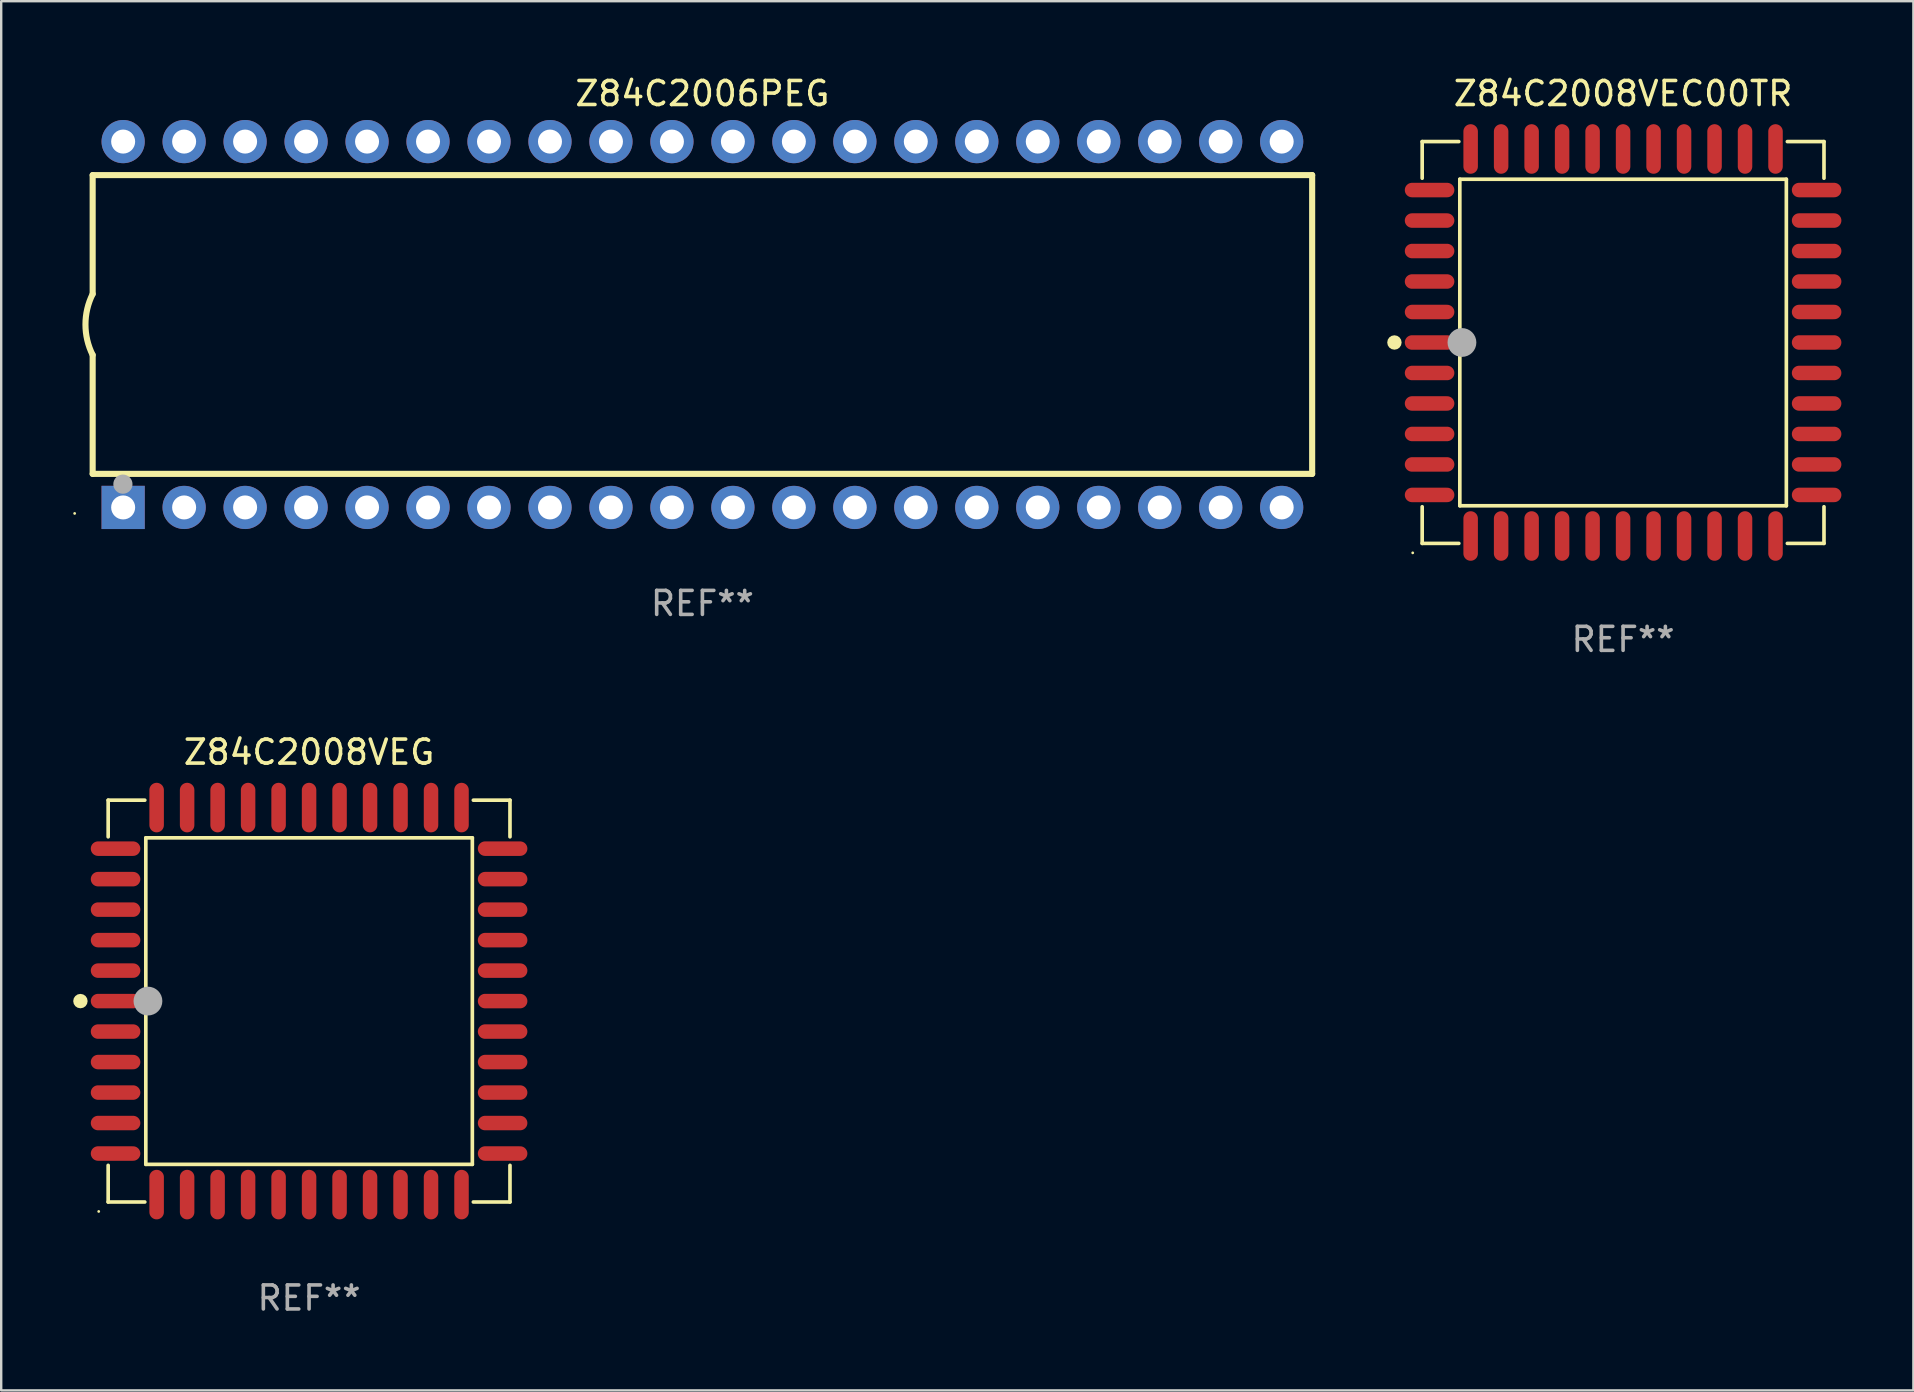
<source format=kicad_pcb>
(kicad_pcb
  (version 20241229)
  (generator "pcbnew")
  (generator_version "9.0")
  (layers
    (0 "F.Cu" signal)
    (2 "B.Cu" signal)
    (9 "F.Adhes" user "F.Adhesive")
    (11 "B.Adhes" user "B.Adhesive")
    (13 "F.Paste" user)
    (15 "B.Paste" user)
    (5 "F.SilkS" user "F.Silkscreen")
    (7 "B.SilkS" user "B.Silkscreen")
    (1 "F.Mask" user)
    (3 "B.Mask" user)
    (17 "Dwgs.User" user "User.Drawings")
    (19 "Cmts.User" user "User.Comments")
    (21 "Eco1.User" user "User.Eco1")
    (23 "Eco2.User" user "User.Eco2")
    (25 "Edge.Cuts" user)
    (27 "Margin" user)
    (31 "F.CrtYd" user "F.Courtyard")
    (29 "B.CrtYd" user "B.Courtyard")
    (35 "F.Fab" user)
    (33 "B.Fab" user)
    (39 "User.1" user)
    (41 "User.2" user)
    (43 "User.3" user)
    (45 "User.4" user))
  (footprint "Z84C2006PEG"
    (layer "F.Cu")
    (at 26.21 10.468)
    (property "Reference" "Z84C2006PEG" (at 0 -9.62 0) (layer "F.SilkS") (effects (font (size 1 1) (thickness 0.15))))
    (attr through_hole)
    (fp_line (start -25.4 -6.224) (end -25.4 -1.271) (stroke (width 0.254) (type solid)) (layer "F.SilkS"))
    (fp_line (start -25.4 -6.224) (end 25.4 -6.224) (stroke (width 0.254) (type solid)) (layer "F.SilkS"))
    (fp_line (start -25.4 1.269) (end -25.4 6.222) (stroke (width 0.254) (type solid)) (layer "F.SilkS"))
    (fp_line (start -25.4 6.222) (end 25.4 6.222) (stroke (width 0.254) (type solid)) (layer "F.SilkS"))
    (fp_line (start 25.4 6.222) (end 25.4 -6.224) (stroke (width 0.254) (type solid)) (layer "F.SilkS"))
    (fp_arc (start -25.4 1.269241) (mid -25.699807 -0.000762) (end -25.4 -1.270765) (stroke (width 0.254001) (type solid)) (layer "F.SilkS"))
    (fp_circle (center -26.15 7.87) (end -26.12 7.87) (stroke (width 0.06) (type solid)) (fill no) (layer "F.SilkS"))
    (fp_circle (center -24.14 6.65) (end -23.94 6.65) (stroke (width 0.4) (type solid)) (fill no) (layer "F.Fab"))
    (fp_text user "REF**" (at 0 11.62 0) (layer "F.Fab") (effects (font (size 1 1) (thickness 0.15))))
    (pad "1" thru_hole rect (at -24.13 7.62 90) (size 1.8 1.8) (drill 1) (layers "*.Cu" "*.Mask"))
    (pad "2" thru_hole circle (at -21.59 7.62) (size 1.8 1.8) (drill 1) (layers "*.Cu" "*.Mask"))
    (pad "3" thru_hole circle (at -19.05 7.62) (size 1.8 1.8) (drill 1) (layers "*.Cu" "*.Mask"))
    (pad "4" thru_hole circle (at -16.51 7.62) (size 1.8 1.8) (drill 1) (layers "*.Cu" "*.Mask"))
    (pad "5" thru_hole circle (at -13.97 7.62) (size 1.8 1.8) (drill 1) (layers "*.Cu" "*.Mask"))
    (pad "6" thru_hole circle (at -11.43 7.62) (size 1.8 1.8) (drill 1) (layers "*.Cu" "*.Mask"))
    (pad "7" thru_hole circle (at -8.89 7.62) (size 1.8 1.8) (drill 1) (layers "*.Cu" "*.Mask"))
    (pad "8" thru_hole circle (at -6.35 7.62) (size 1.8 1.8) (drill 1) (layers "*.Cu" "*.Mask"))
    (pad "9" thru_hole circle (at -3.81 7.62) (size 1.8 1.8) (drill 1) (layers "*.Cu" "*.Mask"))
    (pad "10" thru_hole circle (at -1.27 7.62) (size 1.8 1.8) (drill 1) (layers "*.Cu" "*.Mask"))
    (pad "11" thru_hole circle (at 1.27 7.62) (size 1.8 1.8) (drill 1) (layers "*.Cu" "*.Mask"))
    (pad "12" thru_hole circle (at 3.81 7.62) (size 1.8 1.8) (drill 1) (layers "*.Cu" "*.Mask"))
    (pad "13" thru_hole circle (at 6.35 7.62) (size 1.8 1.8) (drill 1) (layers "*.Cu" "*.Mask"))
    (pad "14" thru_hole circle (at 8.89 7.62) (size 1.8 1.8) (drill 1) (layers "*.Cu" "*.Mask"))
    (pad "15" thru_hole circle (at 11.43 7.62) (size 1.8 1.8) (drill 1) (layers "*.Cu" "*.Mask"))
    (pad "16" thru_hole circle (at 13.97 7.62) (size 1.8 1.8) (drill 1) (layers "*.Cu" "*.Mask"))
    (pad "17" thru_hole circle (at 16.51 7.62) (size 1.8 1.8) (drill 1) (layers "*.Cu" "*.Mask"))
    (pad "18" thru_hole circle (at 19.05 7.62) (size 1.8 1.8) (drill 1) (layers "*.Cu" "*.Mask"))
    (pad "19" thru_hole circle (at 21.59 7.62) (size 1.8 1.8) (drill 1) (layers "*.Cu" "*.Mask"))
    (pad "20" thru_hole circle (at 24.13 7.62) (size 1.8 1.8) (drill 1) (layers "*.Cu" "*.Mask"))
    (pad "21" thru_hole circle (at 24.13 -7.62) (size 1.8 1.8) (drill 1) (layers "*.Cu" "*.Mask"))
    (pad "22" thru_hole circle (at 21.59 -7.62) (size 1.8 1.8) (drill 1) (layers "*.Cu" "*.Mask"))
    (pad "23" thru_hole circle (at 19.05 -7.62) (size 1.8 1.8) (drill 1) (layers "*.Cu" "*.Mask"))
    (pad "24" thru_hole circle (at 16.51 -7.62) (size 1.8 1.8) (drill 1) (layers "*.Cu" "*.Mask"))
    (pad "25" thru_hole circle (at 13.97 -7.62) (size 1.8 1.8) (drill 1) (layers "*.Cu" "*.Mask"))
    (pad "26" thru_hole circle (at 11.43 -7.62) (size 1.8 1.8) (drill 1) (layers "*.Cu" "*.Mask"))
    (pad "27" thru_hole circle (at 8.89 -7.62) (size 1.8 1.8) (drill 1) (layers "*.Cu" "*.Mask"))
    (pad "28" thru_hole circle (at 6.35 -7.62) (size 1.8 1.8) (drill 1) (layers "*.Cu" "*.Mask"))
    (pad "29" thru_hole circle (at 3.81 -7.62) (size 1.8 1.8) (drill 1) (layers "*.Cu" "*.Mask"))
    (pad "30" thru_hole circle (at 1.27 -7.62) (size 1.8 1.8) (drill 1) (layers "*.Cu" "*.Mask"))
    (pad "31" thru_hole circle (at -1.27 -7.62) (size 1.8 1.8) (drill 1) (layers "*.Cu" "*.Mask"))
    (pad "32" thru_hole circle (at -3.81 -7.62) (size 1.8 1.8) (drill 1) (layers "*.Cu" "*.Mask"))
    (pad "33" thru_hole circle (at -6.35 -7.62) (size 1.8 1.8) (drill 1) (layers "*.Cu" "*.Mask"))
    (pad "34" thru_hole circle (at -8.89 -7.62) (size 1.8 1.8) (drill 1) (layers "*.Cu" "*.Mask"))
    (pad "35" thru_hole circle (at -11.43 -7.62) (size 1.8 1.8) (drill 1) (layers "*.Cu" "*.Mask"))
    (pad "36" thru_hole circle (at -13.97 -7.62) (size 1.8 1.8) (drill 1) (layers "*.Cu" "*.Mask"))
    (pad "37" thru_hole circle (at -16.51 -7.62) (size 1.8 1.8) (drill 1) (layers "*.Cu" "*.Mask"))
    (pad "38" thru_hole circle (at -19.05 -7.62) (size 1.8 1.8) (drill 1) (layers "*.Cu" "*.Mask"))
    (pad "39" thru_hole circle (at -21.59 -7.62) (size 1.8 1.8) (drill 1) (layers "*.Cu" "*.Mask"))
    (pad "40" thru_hole circle (at -24.13 -7.62) (size 1.8 1.8) (drill 1) (layers "*.Cu" "*.Mask")))
  (footprint "Z84C2008VEC00TR"
    (layer "F.Cu")
    (at 64.562 11.217)
    (property "Reference" "Z84C2008VEC00TR" (at 0 -10.369 0) (layer "F.SilkS") (effects (font (size 1 1) (thickness 0.15))))
    (attr through_hole)
    (fp_line (start -8.369 -8.369) (end -6.843 -8.369) (stroke (width 0.152) (type solid)) (layer "F.SilkS"))
    (fp_line (start -8.369 -6.843) (end -8.369 -8.369) (stroke (width 0.152) (type solid)) (layer "F.SilkS"))
    (fp_line (start -8.369 6.843) (end -8.369 8.369) (stroke (width 0.152) (type solid)) (layer "F.SilkS"))
    (fp_line (start -8.369 8.369) (end -6.843 8.369) (stroke (width 0.152) (type solid)) (layer "F.SilkS"))
    (fp_line (start -6.801 -6.801) (end 6.801 -6.801) (stroke (width 0.152) (type solid)) (layer "F.SilkS"))
    (fp_line (start -6.801 6.801) (end -6.801 -6.801) (stroke (width 0.152) (type solid)) (layer "F.SilkS"))
    (fp_line (start 6.801 -6.801) (end 6.801 6.801) (stroke (width 0.152) (type solid)) (layer "F.SilkS"))
    (fp_line (start 6.801 6.801) (end -6.801 6.801) (stroke (width 0.152) (type solid)) (layer "F.SilkS"))
    (fp_line (start 8.369 -8.369) (end 6.843 -8.369) (stroke (width 0.152) (type solid)) (layer "F.SilkS"))
    (fp_line (start 8.369 -6.843) (end 8.369 -8.369) (stroke (width 0.152) (type solid)) (layer "F.SilkS"))
    (fp_line (start 8.369 6.843) (end 8.369 8.369) (stroke (width 0.152) (type solid)) (layer "F.SilkS"))
    (fp_line (start 8.369 8.369) (end 6.843 8.369) (stroke (width 0.152) (type solid)) (layer "F.SilkS"))
    (fp_circle (center -9.525 -0.000127) (end -9.375 -0.000127) (stroke (width 0.3) (type solid)) (fill no) (layer "F.SilkS"))
    (fp_circle (center -8.763 8.763) (end -8.733 8.763) (stroke (width 0.06) (type solid)) (fill no) (layer "F.SilkS"))
    (fp_circle (center -6.712 -0.000127) (end -6.412 -0.000127) (stroke (width 0.6) (type solid)) (fill no) (layer "F.Fab"))
    (fp_text user "REF**" (at 0 12.369 0) (layer "F.Fab") (effects (font (size 1 1) (thickness 0.15))))
    (pad "1" smd oval (at -8.061 -0.000127 90) (size 0.604 2.064) (layers "F.Cu" "F.Mask" "F.Paste"))
    (pad "2" smd oval (at -8.061 1.27 90) (size 0.604 2.064) (layers "F.Cu" "F.Mask" "F.Paste"))
    (pad "3" smd oval (at -8.061 2.54 90) (size 0.604 2.064) (layers "F.Cu" "F.Mask" "F.Paste"))
    (pad "4" smd oval (at -8.061 3.81 90) (size 0.604 2.064) (layers "F.Cu" "F.Mask" "F.Paste"))
    (pad "5" smd oval (at -8.061 5.08 90) (size 0.604 2.064) (layers "F.Cu" "F.Mask" "F.Paste"))
    (pad "6" smd oval (at -8.061 6.35 90) (size 0.604 2.064) (layers "F.Cu" "F.Mask" "F.Paste"))
    (pad "7" smd oval (at -6.35 8.061 90) (size 2.064 0.604) (layers "F.Cu" "F.Mask" "F.Paste"))
    (pad "8" smd oval (at -5.08 8.061 90) (size 2.064 0.604) (layers "F.Cu" "F.Mask" "F.Paste"))
    (pad "9" smd oval (at -3.81 8.061 90) (size 2.064 0.604) (layers "F.Cu" "F.Mask" "F.Paste"))
    (pad "10" smd oval (at -2.54 8.061 90) (size 2.064 0.604) (layers "F.Cu" "F.Mask" "F.Paste"))
    (pad "11" smd oval (at -1.27 8.061 90) (size 2.064 0.604) (layers "F.Cu" "F.Mask" "F.Paste"))
    (pad "12" smd oval (at 0.000076 8.061 90) (size 2.064 0.604) (layers "F.Cu" "F.Mask" "F.Paste"))
    (pad "13" smd oval (at 1.27 8.061 90) (size 2.064 0.604) (layers "F.Cu" "F.Mask" "F.Paste"))
    (pad "14" smd oval (at 2.54 8.061 90) (size 2.064 0.604) (layers "F.Cu" "F.Mask" "F.Paste"))
    (pad "15" smd oval (at 3.81 8.061 90) (size 2.064 0.604) (layers "F.Cu" "F.Mask" "F.Paste"))
    (pad "16" smd oval (at 5.08 8.061 90) (size 2.064 0.604) (layers "F.Cu" "F.Mask" "F.Paste"))
    (pad "17" smd oval (at 6.35 8.061 90) (size 2.064 0.604) (layers "F.Cu" "F.Mask" "F.Paste"))
    (pad "18" smd oval (at 8.062 6.35 90) (size 0.604 2.064) (layers "F.Cu" "F.Mask" "F.Paste"))
    (pad "19" smd oval (at 8.062 5.08 90) (size 0.604 2.064) (layers "F.Cu" "F.Mask" "F.Paste"))
    (pad "20" smd oval (at 8.062 3.81 90) (size 0.604 2.064) (layers "F.Cu" "F.Mask" "F.Paste"))
    (pad "21" smd oval (at 8.062 2.54 90) (size 0.604 2.064) (layers "F.Cu" "F.Mask" "F.Paste"))
    (pad "22" smd oval (at 8.062 1.27 90) (size 0.604 2.064) (layers "F.Cu" "F.Mask" "F.Paste"))
    (pad "23" smd oval (at 8.062 -0.000127 90) (size 0.604 2.064) (layers "F.Cu" "F.Mask" "F.Paste"))
    (pad "24" smd oval (at 8.062 -1.27 90) (size 0.604 2.064) (layers "F.Cu" "F.Mask" "F.Paste"))
    (pad "25" smd oval (at 8.062 -2.54 90) (size 0.604 2.064) (layers "F.Cu" "F.Mask" "F.Paste"))
    (pad "26" smd oval (at 8.062 -3.81 90) (size 0.604 2.064) (layers "F.Cu" "F.Mask" "F.Paste"))
    (pad "27" smd oval (at 8.062 -5.08 90) (size 0.604 2.064) (layers "F.Cu" "F.Mask" "F.Paste"))
    (pad "28" smd oval (at 8.062 -6.35 90) (size 0.604 2.064) (layers "F.Cu" "F.Mask" "F.Paste"))
    (pad "29" smd oval (at 6.35 -8.061 90) (size 2.064 0.604) (layers "F.Cu" "F.Mask" "F.Paste"))
    (pad "30" smd oval (at 5.08 -8.061 90) (size 2.064 0.604) (layers "F.Cu" "F.Mask" "F.Paste"))
    (pad "31" smd oval (at 3.81 -8.061 90) (size 2.064 0.604) (layers "F.Cu" "F.Mask" "F.Paste"))
    (pad "32" smd oval (at 2.54 -8.061 90) (size 2.064 0.604) (layers "F.Cu" "F.Mask" "F.Paste"))
    (pad "33" smd oval (at 1.27 -8.061 90) (size 2.064 0.604) (layers "F.Cu" "F.Mask" "F.Paste"))
    (pad "34" smd oval (at 0.000076 -8.061 90) (size 2.064 0.604) (layers "F.Cu" "F.Mask" "F.Paste"))
    (pad "35" smd oval (at -1.27 -8.061 90) (size 2.064 0.604) (layers "F.Cu" "F.Mask" "F.Paste"))
    (pad "36" smd oval (at -2.54 -8.061 90) (size 2.064 0.604) (layers "F.Cu" "F.Mask" "F.Paste"))
    (pad "37" smd oval (at -3.81 -8.061 90) (size 2.064 0.604) (layers "F.Cu" "F.Mask" "F.Paste"))
    (pad "38" smd oval (at -5.08 -8.061 90) (size 2.064 0.604) (layers "F.Cu" "F.Mask" "F.Paste"))
    (pad "39" smd oval (at -6.35 -8.061 90) (size 2.064 0.604) (layers "F.Cu" "F.Mask" "F.Paste"))
    (pad "40" smd oval (at -8.061 -6.35 90) (size 0.604 2.064) (layers "F.Cu" "F.Mask" "F.Paste"))
    (pad "41" smd oval (at -8.061 -5.08 90) (size 0.604 2.064) (layers "F.Cu" "F.Mask" "F.Paste"))
    (pad "42" smd oval (at -8.061 -3.81 90) (size 0.604 2.064) (layers "F.Cu" "F.Mask" "F.Paste"))
    (pad "43" smd oval (at -8.061 -2.54 90) (size 0.604 2.064) (layers "F.Cu" "F.Mask" "F.Paste"))
    (pad "44" smd oval (at -8.061 -1.27 90) (size 0.604 2.064) (layers "F.Cu" "F.Mask" "F.Paste")))
  (footprint "Z84C2008VEG"
    (layer "F.Cu")
    (at 9.825 38.652)
    (property "Reference" "Z84C2008VEG" (at 0 -10.369 0) (layer "F.SilkS") (effects (font (size 1 1) (thickness 0.15))))
    (attr through_hole)
    (fp_line (start -8.369 -8.369) (end -6.843 -8.369) (stroke (width 0.152) (type solid)) (layer "F.SilkS"))
    (fp_line (start -8.369 -6.843) (end -8.369 -8.369) (stroke (width 0.152) (type solid)) (layer "F.SilkS"))
    (fp_line (start -8.369 6.843) (end -8.369 8.369) (stroke (width 0.152) (type solid)) (layer "F.SilkS"))
    (fp_line (start -8.369 8.369) (end -6.843 8.369) (stroke (width 0.152) (type solid)) (layer "F.SilkS"))
    (fp_line (start -6.801 -6.801) (end 6.801 -6.801) (stroke (width 0.152) (type solid)) (layer "F.SilkS"))
    (fp_line (start -6.801 6.801) (end -6.801 -6.801) (stroke (width 0.152) (type solid)) (layer "F.SilkS"))
    (fp_line (start 6.801 -6.801) (end 6.801 6.801) (stroke (width 0.152) (type solid)) (layer "F.SilkS"))
    (fp_line (start 6.801 6.801) (end -6.801 6.801) (stroke (width 0.152) (type solid)) (layer "F.SilkS"))
    (fp_line (start 8.369 -8.369) (end 6.843 -8.369) (stroke (width 0.152) (type solid)) (layer "F.SilkS"))
    (fp_line (start 8.369 -6.843) (end 8.369 -8.369) (stroke (width 0.152) (type solid)) (layer "F.SilkS"))
    (fp_line (start 8.369 6.843) (end 8.369 8.369) (stroke (width 0.152) (type solid)) (layer "F.SilkS"))
    (fp_line (start 8.369 8.369) (end 6.843 8.369) (stroke (width 0.152) (type solid)) (layer "F.SilkS"))
    (fp_circle (center -9.525 -0.000127) (end -9.375 -0.000127) (stroke (width 0.3) (type solid)) (fill no) (layer "F.SilkS"))
    (fp_circle (center -8.763 8.763) (end -8.733 8.763) (stroke (width 0.06) (type solid)) (fill no) (layer "F.SilkS"))
    (fp_circle (center -6.712 -0.000127) (end -6.412 -0.000127) (stroke (width 0.6) (type solid)) (fill no) (layer "F.Fab"))
    (fp_text user "REF**" (at 0 12.369 0) (layer "F.Fab") (effects (font (size 1 1) (thickness 0.15))))
    (pad "1" smd oval (at -8.061 -0.000127 90) (size 0.604 2.064) (layers "F.Cu" "F.Mask" "F.Paste"))
    (pad "2" smd oval (at -8.061 1.27 90) (size 0.604 2.064) (layers "F.Cu" "F.Mask" "F.Paste"))
    (pad "3" smd oval (at -8.061 2.54 90) (size 0.604 2.064) (layers "F.Cu" "F.Mask" "F.Paste"))
    (pad "4" smd oval (at -8.061 3.81 90) (size 0.604 2.064) (layers "F.Cu" "F.Mask" "F.Paste"))
    (pad "5" smd oval (at -8.061 5.08 90) (size 0.604 2.064) (layers "F.Cu" "F.Mask" "F.Paste"))
    (pad "6" smd oval (at -8.061 6.35 90) (size 0.604 2.064) (layers "F.Cu" "F.Mask" "F.Paste"))
    (pad "7" smd oval (at -6.35 8.061 90) (size 2.064 0.604) (layers "F.Cu" "F.Mask" "F.Paste"))
    (pad "8" smd oval (at -5.08 8.061 90) (size 2.064 0.604) (layers "F.Cu" "F.Mask" "F.Paste"))
    (pad "9" smd oval (at -3.81 8.061 90) (size 2.064 0.604) (layers "F.Cu" "F.Mask" "F.Paste"))
    (pad "10" smd oval (at -2.54 8.061 90) (size 2.064 0.604) (layers "F.Cu" "F.Mask" "F.Paste"))
    (pad "11" smd oval (at -1.27 8.061 90) (size 2.064 0.604) (layers "F.Cu" "F.Mask" "F.Paste"))
    (pad "12" smd oval (at 0.000076 8.061 90) (size 2.064 0.604) (layers "F.Cu" "F.Mask" "F.Paste"))
    (pad "13" smd oval (at 1.27 8.061 90) (size 2.064 0.604) (layers "F.Cu" "F.Mask" "F.Paste"))
    (pad "14" smd oval (at 2.54 8.061 90) (size 2.064 0.604) (layers "F.Cu" "F.Mask" "F.Paste"))
    (pad "15" smd oval (at 3.81 8.061 90) (size 2.064 0.604) (layers "F.Cu" "F.Mask" "F.Paste"))
    (pad "16" smd oval (at 5.08 8.061 90) (size 2.064 0.604) (layers "F.Cu" "F.Mask" "F.Paste"))
    (pad "17" smd oval (at 6.35 8.061 90) (size 2.064 0.604) (layers "F.Cu" "F.Mask" "F.Paste"))
    (pad "18" smd oval (at 8.062 6.35 90) (size 0.604 2.064) (layers "F.Cu" "F.Mask" "F.Paste"))
    (pad "19" smd oval (at 8.062 5.08 90) (size 0.604 2.064) (layers "F.Cu" "F.Mask" "F.Paste"))
    (pad "20" smd oval (at 8.062 3.81 90) (size 0.604 2.064) (layers "F.Cu" "F.Mask" "F.Paste"))
    (pad "21" smd oval (at 8.062 2.54 90) (size 0.604 2.064) (layers "F.Cu" "F.Mask" "F.Paste"))
    (pad "22" smd oval (at 8.062 1.27 90) (size 0.604 2.064) (layers "F.Cu" "F.Mask" "F.Paste"))
    (pad "23" smd oval (at 8.062 -0.000127 90) (size 0.604 2.064) (layers "F.Cu" "F.Mask" "F.Paste"))
    (pad "24" smd oval (at 8.062 -1.27 90) (size 0.604 2.064) (layers "F.Cu" "F.Mask" "F.Paste"))
    (pad "25" smd oval (at 8.062 -2.54 90) (size 0.604 2.064) (layers "F.Cu" "F.Mask" "F.Paste"))
    (pad "26" smd oval (at 8.062 -3.81 90) (size 0.604 2.064) (layers "F.Cu" "F.Mask" "F.Paste"))
    (pad "27" smd oval (at 8.062 -5.08 90) (size 0.604 2.064) (layers "F.Cu" "F.Mask" "F.Paste"))
    (pad "28" smd oval (at 8.062 -6.35 90) (size 0.604 2.064) (layers "F.Cu" "F.Mask" "F.Paste"))
    (pad "29" smd oval (at 6.35 -8.061 90) (size 2.064 0.604) (layers "F.Cu" "F.Mask" "F.Paste"))
    (pad "30" smd oval (at 5.08 -8.061 90) (size 2.064 0.604) (layers "F.Cu" "F.Mask" "F.Paste"))
    (pad "31" smd oval (at 3.81 -8.061 90) (size 2.064 0.604) (layers "F.Cu" "F.Mask" "F.Paste"))
    (pad "32" smd oval (at 2.54 -8.061 90) (size 2.064 0.604) (layers "F.Cu" "F.Mask" "F.Paste"))
    (pad "33" smd oval (at 1.27 -8.061 90) (size 2.064 0.604) (layers "F.Cu" "F.Mask" "F.Paste"))
    (pad "34" smd oval (at 0.000076 -8.061 90) (size 2.064 0.604) (layers "F.Cu" "F.Mask" "F.Paste"))
    (pad "35" smd oval (at -1.27 -8.061 90) (size 2.064 0.604) (layers "F.Cu" "F.Mask" "F.Paste"))
    (pad "36" smd oval (at -2.54 -8.061 90) (size 2.064 0.604) (layers "F.Cu" "F.Mask" "F.Paste"))
    (pad "37" smd oval (at -3.81 -8.061 90) (size 2.064 0.604) (layers "F.Cu" "F.Mask" "F.Paste"))
    (pad "38" smd oval (at -5.08 -8.061 90) (size 2.064 0.604) (layers "F.Cu" "F.Mask" "F.Paste"))
    (pad "39" smd oval (at -6.35 -8.061 90) (size 2.064 0.604) (layers "F.Cu" "F.Mask" "F.Paste"))
    (pad "40" smd oval (at -8.061 -6.35 90) (size 0.604 2.064) (layers "F.Cu" "F.Mask" "F.Paste"))
    (pad "41" smd oval (at -8.061 -5.08 90) (size 0.604 2.064) (layers "F.Cu" "F.Mask" "F.Paste"))
    (pad "42" smd oval (at -8.061 -3.81 90) (size 0.604 2.064) (layers "F.Cu" "F.Mask" "F.Paste"))
    (pad "43" smd oval (at -8.061 -2.54 90) (size 0.604 2.064) (layers "F.Cu" "F.Mask" "F.Paste"))
    (pad "44" smd oval (at -8.061 -1.27 90) (size 0.604 2.064) (layers "F.Cu" "F.Mask" "F.Paste")))
  (gr_rect
    (start -3 -3)
    (end 76.655 54.87)
    (stroke (width 0.1) (type default))
    (fill no)
    (layer "Edge.Cuts")))
</source>
